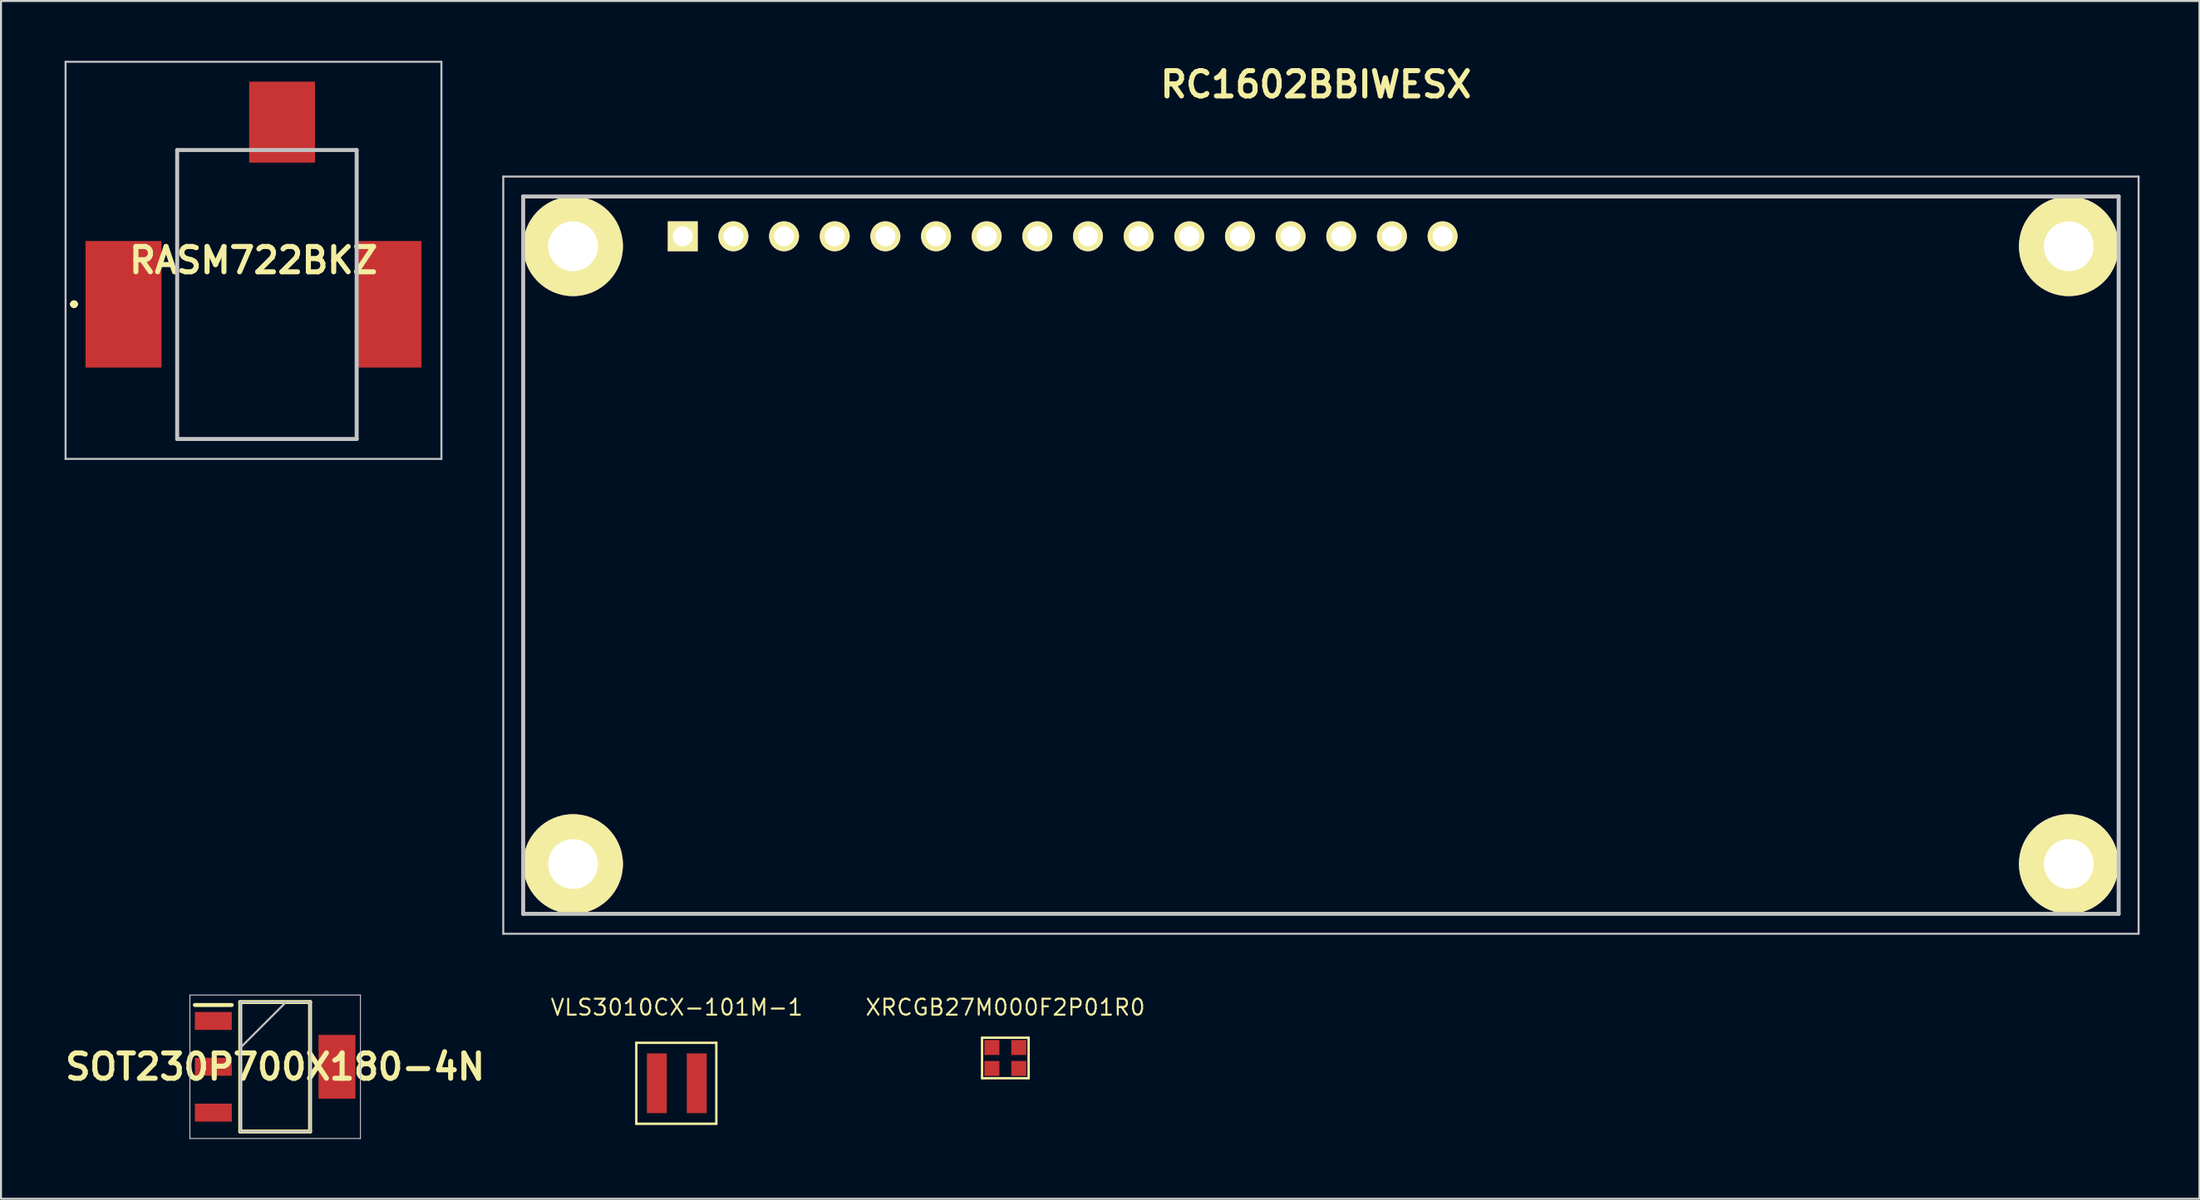
<source format=kicad_pcb>
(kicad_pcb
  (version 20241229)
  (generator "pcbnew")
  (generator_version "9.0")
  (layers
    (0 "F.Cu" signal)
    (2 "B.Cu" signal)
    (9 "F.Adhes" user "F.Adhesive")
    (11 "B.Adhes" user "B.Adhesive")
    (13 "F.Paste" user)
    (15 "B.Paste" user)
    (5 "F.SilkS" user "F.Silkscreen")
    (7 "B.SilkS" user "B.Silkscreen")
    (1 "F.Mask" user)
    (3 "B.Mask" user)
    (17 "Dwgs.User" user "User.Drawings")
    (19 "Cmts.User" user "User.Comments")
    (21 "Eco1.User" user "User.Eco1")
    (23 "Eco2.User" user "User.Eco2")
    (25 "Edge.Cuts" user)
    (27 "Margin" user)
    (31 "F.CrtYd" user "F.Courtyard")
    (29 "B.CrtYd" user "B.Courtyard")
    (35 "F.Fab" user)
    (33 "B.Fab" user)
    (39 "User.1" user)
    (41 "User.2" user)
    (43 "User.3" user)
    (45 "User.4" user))
  (footprint "RASM722BKZ"
    (layer "F.Cu")
    (at 0.25 19.972)
    (property "Reference" "RASM722BKZ" (at 9.411 -9.957 0) (layer "F.SilkS") (effects (font (size 1.27 1.27) (thickness 0.254))))
    (attr smd)
    (fp_line (start 0.311 -7.757) (end 0.311 -7.757) (stroke (width 0.2) (type solid)) (layer "F.SilkS"))
    (fp_line (start 0.511 -7.757) (end 0.511 -7.757) (stroke (width 0.2) (type solid)) (layer "F.SilkS"))
    (fp_line (start 5.584 -15.492) (end 8.084 -15.492) (stroke (width 0.1) (type solid)) (layer "F.SilkS"))
    (fp_line (start 5.584 -0.992) (end 5.584 -15.492) (stroke (width 0.1) (type solid)) (layer "F.SilkS"))
    (fp_line (start 13.084 -15.492) (end 14.584 -15.492) (stroke (width 0.1) (type solid)) (layer "F.SilkS"))
    (fp_line (start 14.584 -15.492) (end 14.584 -11.492) (stroke (width 0.1) (type solid)) (layer "F.SilkS"))
    (fp_line (start 14.584 -3.492) (end 14.584 -0.992) (stroke (width 0.1) (type solid)) (layer "F.SilkS"))
    (fp_line (start 14.584 -0.992) (end 5.584 -0.992) (stroke (width 0.1) (type solid)) (layer "F.SilkS"))
    (fp_arc (start 0.3107 -7.7568) (mid 0.4107 -7.8568) (end 0.5107 -7.7568) (stroke (width 0.2) (type solid)) (layer "F.SilkS"))
    (fp_arc (start 0.5107 -7.7568) (mid 0.4107 -7.6568) (end 0.3107 -7.7568) (stroke (width 0.2) (type solid)) (layer "F.SilkS"))
    (fp_line (start -0.012 -19.922) (end 18.834 -19.922) (stroke (width 0.1) (type solid)) (layer "Dwgs.User"))
    (fp_line (start -0.012 0.008) (end -0.012 -19.922) (stroke (width 0.1) (type solid)) (layer "Dwgs.User"))
    (fp_line (start 5.584 -15.492) (end 14.584 -15.492) (stroke (width 0.2) (type solid)) (layer "Dwgs.User"))
    (fp_line (start 5.584 -0.992) (end 5.584 -15.492) (stroke (width 0.2) (type solid)) (layer "Dwgs.User"))
    (fp_line (start 14.584 -15.492) (end 14.584 -0.992) (stroke (width 0.2) (type solid)) (layer "Dwgs.User"))
    (fp_line (start 14.584 -0.992) (end 5.584 -0.992) (stroke (width 0.2) (type solid)) (layer "Dwgs.User"))
    (fp_line (start 18.834 -19.922) (end 18.834 0.008) (stroke (width 0.1) (type solid)) (layer "Dwgs.User"))
    (fp_line (start 18.834 0.008) (end -0.012 0.008) (stroke (width 0.1) (type solid)) (layer "Dwgs.User"))
    (pad "1" smd rect (at 2.893 -7.752) (size 3.81 6.35) (layers "F.Cu" "F.Mask" "F.Paste"))
    (pad "2" smd rect (at 16.184 -7.752) (size 3.3 6.35) (layers "F.Cu" "F.Mask" "F.Paste"))
    (pad "3" smd rect (at 10.844 -16.892) (size 3.3 4.06) (layers "F.Cu" "F.Mask" "F.Paste")))
  (footprint "RC1602BBIWESX"
    (layer "F.Cu")
    (at 31.184 8.809)
    (property "Reference" "RC1602BBIWESX" (at 31.75 -7.62 0) (layer "F.SilkS") (effects (font (size 1.27 1.27) (thickness 0.254))))
    (attr through_hole)
    (fp_line (start -8 3) (end -8 29) (stroke (width 0.1) (type solid)) (layer "F.SilkS"))
    (fp_line (start -3 34) (end 67 34) (stroke (width 0.1) (type solid)) (layer "F.SilkS"))
    (fp_line (start 67 -2) (end -3 -2) (stroke (width 0.1) (type solid)) (layer "F.SilkS"))
    (fp_line (start 72 29) (end 72 3) (stroke (width 0.1) (type solid)) (layer "F.SilkS"))
    (fp_line (start -9 -3) (end 73 -3) (stroke (width 0.1) (type solid)) (layer "Dwgs.User"))
    (fp_line (start -9 35) (end -9 -3) (stroke (width 0.1) (type solid)) (layer "Dwgs.User"))
    (fp_line (start -8 -2) (end 72 -2) (stroke (width 0.2) (type solid)) (layer "Dwgs.User"))
    (fp_line (start -8 34) (end -8 -2) (stroke (width 0.2) (type solid)) (layer "Dwgs.User"))
    (fp_line (start 72 -2) (end 72 34) (stroke (width 0.2) (type solid)) (layer "Dwgs.User"))
    (fp_line (start 72 34) (end -8 34) (stroke (width 0.2) (type solid)) (layer "Dwgs.User"))
    (fp_line (start 73 -3) (end 73 35) (stroke (width 0.1) (type solid)) (layer "Dwgs.User"))
    (fp_line (start 73 35) (end -9 35) (stroke (width 0.1) (type solid)) (layer "Dwgs.User"))
    (pad "1" thru_hole rect (at 0 0 90) (size 1.5 1.5) (drill 1) (layers "*.Cu" "*.Mask" "F.SilkS"))
    (pad "2" thru_hole circle (at 2.54 0 90) (size 1.5 1.5) (drill 1) (layers "*.Cu" "*.Mask" "F.SilkS"))
    (pad "3" thru_hole circle (at 5.08 0 90) (size 1.5 1.5) (drill 1) (layers "*.Cu" "*.Mask" "F.SilkS"))
    (pad "4" thru_hole circle (at 7.62 0 90) (size 1.5 1.5) (drill 1) (layers "*.Cu" "*.Mask" "F.SilkS"))
    (pad "5" thru_hole circle (at 10.16 0 90) (size 1.5 1.5) (drill 1) (layers "*.Cu" "*.Mask" "F.SilkS"))
    (pad "6" thru_hole circle (at 12.7 0 90) (size 1.5 1.5) (drill 1) (layers "*.Cu" "*.Mask" "F.SilkS"))
    (pad "7" thru_hole circle (at 15.24 0 90) (size 1.5 1.5) (drill 1) (layers "*.Cu" "*.Mask" "F.SilkS"))
    (pad "8" thru_hole circle (at 17.78 0 90) (size 1.5 1.5) (drill 1) (layers "*.Cu" "*.Mask" "F.SilkS"))
    (pad "9" thru_hole circle (at 20.32 0 90) (size 1.5 1.5) (drill 1) (layers "*.Cu" "*.Mask" "F.SilkS"))
    (pad "10" thru_hole circle (at 22.86 0 90) (size 1.5 1.5) (drill 1) (layers "*.Cu" "*.Mask" "F.SilkS"))
    (pad "11" thru_hole circle (at 25.4 0 90) (size 1.5 1.5) (drill 1) (layers "*.Cu" "*.Mask" "F.SilkS"))
    (pad "12" thru_hole circle (at 27.94 0 90) (size 1.5 1.5) (drill 1) (layers "*.Cu" "*.Mask" "F.SilkS"))
    (pad "13" thru_hole circle (at 30.48 0 90) (size 1.5 1.5) (drill 1) (layers "*.Cu" "*.Mask" "F.SilkS"))
    (pad "14" thru_hole circle (at 33.02 0 90) (size 1.5 1.5) (drill 1) (layers "*.Cu" "*.Mask" "F.SilkS"))
    (pad "15" thru_hole circle (at 35.56 0 90) (size 1.5 1.5) (drill 1) (layers "*.Cu" "*.Mask" "F.SilkS"))
    (pad "16" thru_hole circle (at 38.1 0 90) (size 1.5 1.5) (drill 1) (layers "*.Cu" "*.Mask" "F.SilkS"))
    (pad "MH1" thru_hole circle (at -5.5 0.5 90) (size 5 5) (drill 2.5) (layers "*.Cu" "*.Mask" "F.SilkS"))
    (pad "MH2" thru_hole circle (at 69.5 0.5 90) (size 5 5) (drill 2.5) (layers "*.Cu" "*.Mask" "F.SilkS"))
    (pad "MH3" thru_hole circle (at 69.5 31.5 90) (size 5 5) (drill 2.5) (layers "*.Cu" "*.Mask" "F.SilkS"))
    (pad "MH4" thru_hole circle (at -5.5 31.5 90) (size 5 5) (drill 2.5) (layers "*.Cu" "*.Mask" "F.SilkS")))
  (footprint "VLS3010CX-101M-1"
    (layer "F.Cu")
    (at 30.887 51.312)
    (property "Reference" "VLS3010CX-101M-1" (at 0 -3.81 0) (layer "F.SilkS") (effects (font (size 0.8 0.8) (thickness 0.1))))
    (attr through_hole)
    (fp_line (start -2.032 -2.032) (end -2.032 2.032) (stroke (width 0.12) (type solid)) (layer "F.SilkS"))
    (fp_line (start -2.032 2.032) (end 1.981 2.032) (stroke (width 0.12) (type solid)) (layer "F.SilkS"))
    (fp_line (start 1.981 -2.032) (end -2.032 -2.032) (stroke (width 0.12) (type solid)) (layer "F.SilkS"))
    (fp_line (start 1.981 2.032) (end 1.981 -2.032) (stroke (width 0.12) (type solid)) (layer "F.SilkS"))
    (pad "1" smd rect (at -1 0) (size 1 3) (layers "F.Cu" "F.Mask" "F.Paste"))
    (pad "2" smd rect (at 1 0) (size 1 3) (layers "F.Cu" "F.Mask" "F.Paste")))
  (footprint "XRCGB27M000F2P01R0"
    (layer "F.Cu")
    (at 47.36 50.042)
    (property "Reference" "XRCGB27M000F2P01R0" (at 0 -2.54 0) (layer "F.SilkS") (effects (font (size 0.8 0.8) (thickness 0.1))))
    (attr through_hole)
    (fp_line (start -1.168 -1.016) (end -1.168 1.016) (stroke (width 0.12) (type solid)) (layer "F.SilkS"))
    (fp_line (start -1.168 1.016) (end 1.168 1.016) (stroke (width 0.12) (type solid)) (layer "F.SilkS"))
    (fp_line (start 1.168 -1.016) (end -1.168 -1.016) (stroke (width 0.12) (type solid)) (layer "F.SilkS"))
    (fp_line (start 1.168 1.016) (end 1.168 -1.016) (stroke (width 0.12) (type solid)) (layer "F.SilkS"))
    (pad "1" smd rect (at -0.675 -0.525) (size 0.75 0.75) (layers "F.Cu" "F.Mask" "F.Paste"))
    (pad "2" smd rect (at 0.675 -0.525) (size 0.75 0.75) (layers "F.Cu" "F.Mask" "F.Paste"))
    (pad "3" smd rect (at 0.675 0.525) (size 0.75 0.75) (layers "F.Cu" "F.Mask" "F.Paste"))
    (pad "4" smd rect (at -0.675 0.525) (size 0.75 0.75) (layers "F.Cu" "F.Mask" "F.Paste")))
  (footprint "SOT230P700X180-4N"
    (layer "F.Cu")
    (at 10.747 50.484)
    (property "Reference" "SOT230P700X180-4N" (at 0 0 0) (layer "F.SilkS") (effects (font (size 1.27 1.27) (thickness 0.254))))
    (attr smd)
    (fp_line (start -4.025 -3.1) (end -2.175 -3.1) (stroke (width 0.2) (type solid)) (layer "F.SilkS"))
    (fp_line (start -1.75 -3.25) (end 1.75 -3.25) (stroke (width 0.2) (type solid)) (layer "F.SilkS"))
    (fp_line (start -1.75 3.25) (end -1.75 -3.25) (stroke (width 0.2) (type solid)) (layer "F.SilkS"))
    (fp_line (start 1.75 -3.25) (end 1.75 3.25) (stroke (width 0.2) (type solid)) (layer "F.SilkS"))
    (fp_line (start 1.75 3.25) (end -1.75 3.25) (stroke (width 0.2) (type solid)) (layer "F.SilkS"))
    (fp_line (start -4.275 -3.6) (end 4.275 -3.6) (stroke (width 0.05) (type solid)) (layer "Dwgs.User"))
    (fp_line (start -4.275 3.6) (end -4.275 -3.6) (stroke (width 0.05) (type solid)) (layer "Dwgs.User"))
    (fp_line (start -1.75 -3.25) (end 1.75 -3.25) (stroke (width 0.1) (type solid)) (layer "Dwgs.User"))
    (fp_line (start -1.75 -0.95) (end 0.55 -3.25) (stroke (width 0.1) (type solid)) (layer "Dwgs.User"))
    (fp_line (start -1.75 3.25) (end -1.75 -3.25) (stroke (width 0.1) (type solid)) (layer "Dwgs.User"))
    (fp_line (start 1.75 -3.25) (end 1.75 3.25) (stroke (width 0.1) (type solid)) (layer "Dwgs.User"))
    (fp_line (start 1.75 3.25) (end -1.75 3.25) (stroke (width 0.1) (type solid)) (layer "Dwgs.User"))
    (fp_line (start 4.275 -3.6) (end 4.275 3.6) (stroke (width 0.05) (type solid)) (layer "Dwgs.User"))
    (fp_line (start 4.275 3.6) (end -4.275 3.6) (stroke (width 0.05) (type solid)) (layer "Dwgs.User"))
    (pad "1" smd rect (at -3.1 -2.3 90) (size 0.9 1.85) (layers "F.Cu" "F.Mask" "F.Paste"))
    (pad "2" smd rect (at -3.1 0 90) (size 0.9 1.85) (layers "F.Cu" "F.Mask" "F.Paste"))
    (pad "3" smd rect (at -3.1 2.3 90) (size 0.9 1.85) (layers "F.Cu" "F.Mask" "F.Paste"))
    (pad "4" smd rect (at 3.1 0) (size 1.85 3.2) (layers "F.Cu" "F.Mask" "F.Paste")))
  (gr_rect
    (start -3 -3)
    (end 107.234 57.109)
    (stroke (width 0.1) (type default))
    (fill no)
    (layer "Edge.Cuts")))
</source>
